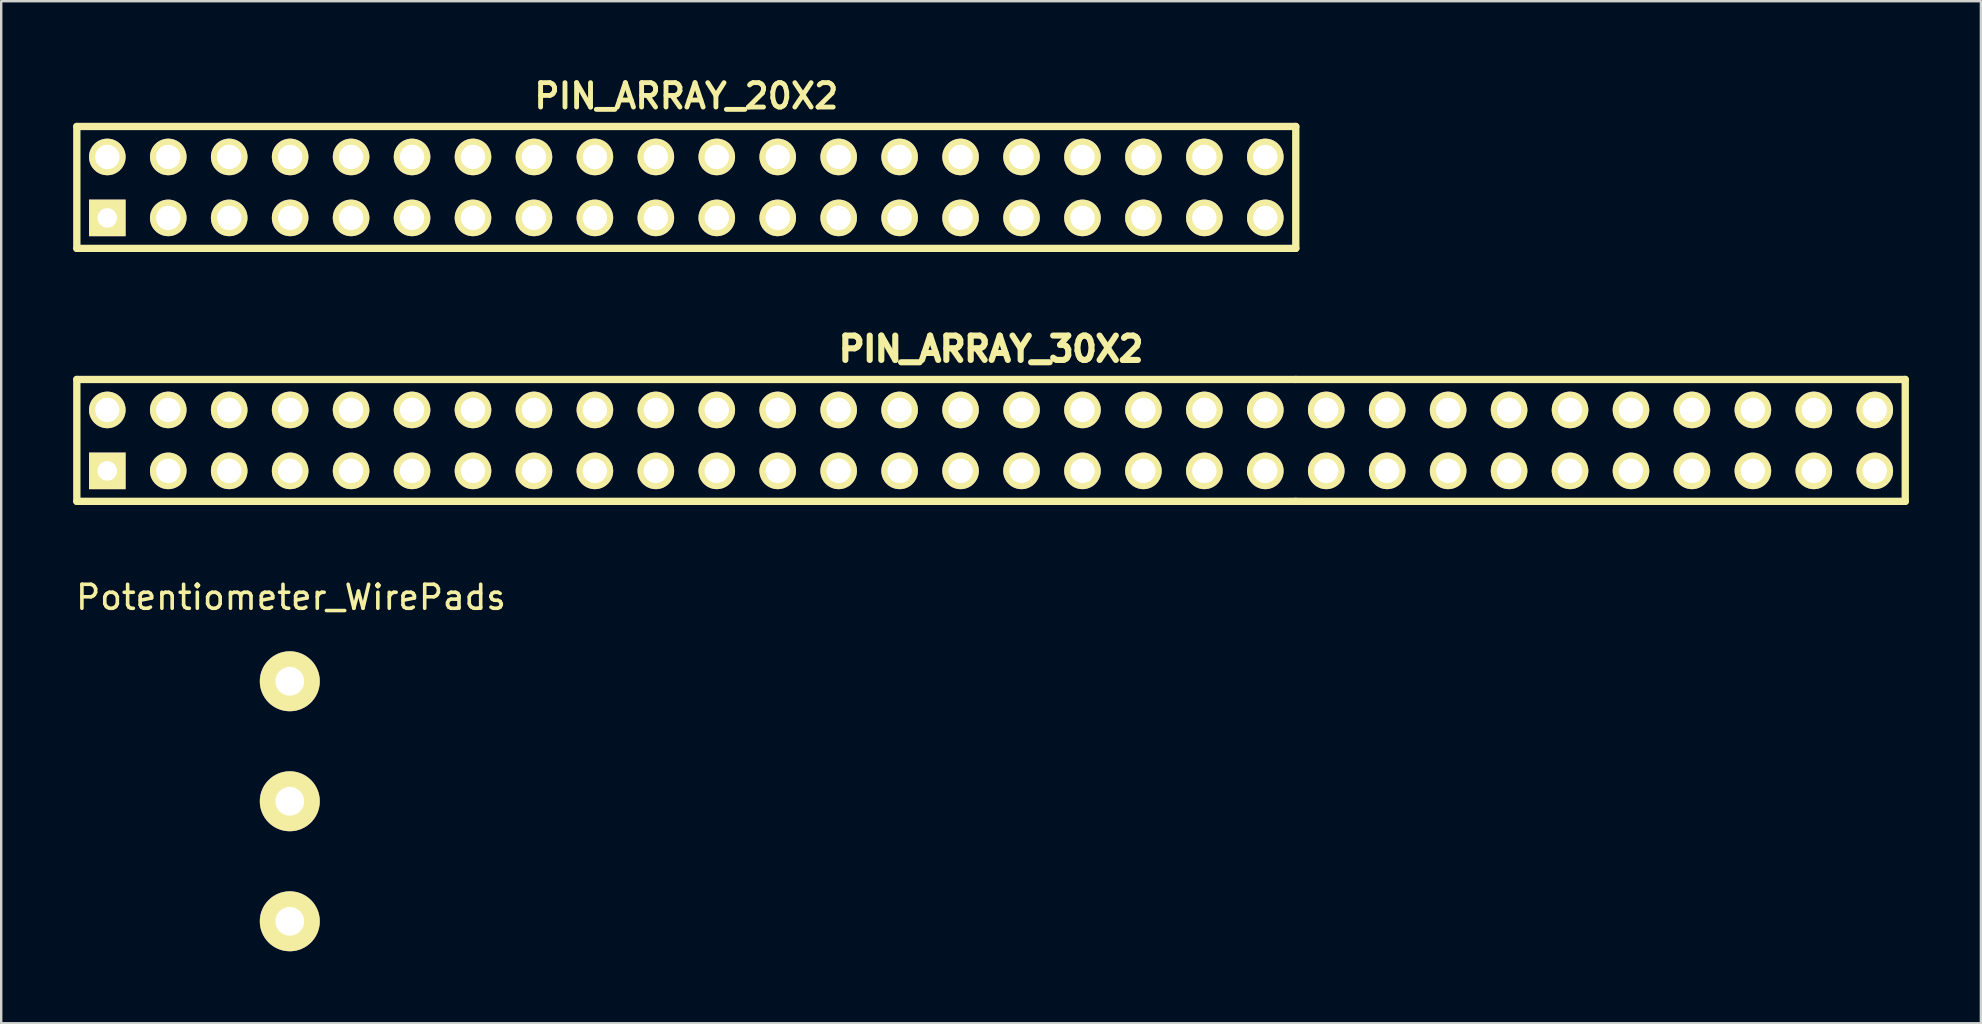
<source format=kicad_pcb>
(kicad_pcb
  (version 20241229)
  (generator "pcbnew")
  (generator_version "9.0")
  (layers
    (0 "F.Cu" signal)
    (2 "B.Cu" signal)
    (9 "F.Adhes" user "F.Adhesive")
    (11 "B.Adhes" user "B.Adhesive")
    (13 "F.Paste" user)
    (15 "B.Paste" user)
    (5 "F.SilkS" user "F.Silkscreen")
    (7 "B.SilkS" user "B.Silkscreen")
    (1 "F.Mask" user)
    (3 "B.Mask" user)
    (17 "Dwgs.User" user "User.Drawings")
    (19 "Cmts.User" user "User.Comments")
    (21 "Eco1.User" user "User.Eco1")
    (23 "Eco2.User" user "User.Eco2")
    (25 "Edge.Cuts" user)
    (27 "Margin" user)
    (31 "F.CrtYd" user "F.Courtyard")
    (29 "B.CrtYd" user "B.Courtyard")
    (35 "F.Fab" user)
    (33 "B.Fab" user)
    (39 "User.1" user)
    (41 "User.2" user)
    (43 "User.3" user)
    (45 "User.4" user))
  (footprint "Potentiometer_WirePads"
    (layer "F.Cu")
    (at 9.027 25.342)
    (property "Reference" "Potentiometer_WirePads" (at 0.051 -3.498 0) (layer "F.SilkS") (effects (font (size 1 1) (thickness 0.15))))
    (attr through_hole)
    (pad "1" thru_hole circle (at 0 0) (size 2.499 2.499) (drill 1.199) (layers "*.Cu" "*.Mask" "F.SilkS"))
    (pad "2" thru_hole circle (at 0 5.001) (size 2.499 2.499) (drill 1.199) (layers "*.Cu" "*.Mask" "F.SilkS"))
    (pad "3" thru_hole circle (at 0 10.003) (size 2.499 2.499) (drill 1.199) (layers "*.Cu" "*.Mask" "F.SilkS")))
  (footprint "PIN_ARRAY_30X2"
    (layer "F.Cu")
    (at 38.252 15.304)
    (property "Reference" "PIN_ARRAY_30X2" (at 0 -3.81 0) (layer "F.SilkS") (effects (font (size 1.016 1.016) (thickness 0.274))))
    (attr through_hole)
    (fp_line (start -38.1 -2.54) (end -38.1 2.54) (stroke (width 0.305) (type solid)) (layer "F.SilkS"))
    (fp_line (start 12.7 -2.54) (end -38.1 -2.54) (stroke (width 0.305) (type solid)) (layer "F.SilkS"))
    (fp_line (start 12.7 -2.54) (end 38.1 -2.54) (stroke (width 0.305) (type solid)) (layer "F.SilkS"))
    (fp_line (start 12.7 2.54) (end -38.1 2.54) (stroke (width 0.305) (type solid)) (layer "F.SilkS"))
    (fp_line (start 12.7 2.54) (end 38.1 2.54) (stroke (width 0.305) (type solid)) (layer "F.SilkS"))
    (fp_line (start 38.1 -2.54) (end 38.1 2.54) (stroke (width 0.305) (type solid)) (layer "F.SilkS"))
    (pad "1" thru_hole rect (at -36.83 1.27) (size 1.524 1.524) (drill 0.813) (layers "*.Cu" "*.Mask" "F.SilkS"))
    (pad "2" thru_hole circle (at -36.83 -1.27) (size 1.524 1.524) (drill 1.016) (layers "*.Cu" "*.Mask" "F.SilkS"))
    (pad "3" thru_hole circle (at -34.29 1.27) (size 1.524 1.524) (drill 1.016) (layers "*.Cu" "*.Mask" "F.SilkS"))
    (pad "4" thru_hole circle (at -34.29 -1.27) (size 1.524 1.524) (drill 1.016) (layers "*.Cu" "*.Mask" "F.SilkS"))
    (pad "5" thru_hole circle (at -31.75 1.27) (size 1.524 1.524) (drill 1.016) (layers "*.Cu" "*.Mask" "F.SilkS"))
    (pad "6" thru_hole circle (at -31.75 -1.27) (size 1.524 1.524) (drill 1.016) (layers "*.Cu" "*.Mask" "F.SilkS"))
    (pad "7" thru_hole circle (at -29.21 1.27) (size 1.524 1.524) (drill 1.016) (layers "*.Cu" "*.Mask" "F.SilkS"))
    (pad "8" thru_hole circle (at -29.21 -1.27) (size 1.524 1.524) (drill 1.016) (layers "*.Cu" "*.Mask" "F.SilkS"))
    (pad "9" thru_hole circle (at -26.67 1.27) (size 1.524 1.524) (drill 1.016) (layers "*.Cu" "*.Mask" "F.SilkS"))
    (pad "10" thru_hole circle (at -26.67 -1.27) (size 1.524 1.524) (drill 1.016) (layers "*.Cu" "*.Mask" "F.SilkS"))
    (pad "11" thru_hole circle (at -24.13 1.27) (size 1.524 1.524) (drill 1.016) (layers "*.Cu" "*.Mask" "F.SilkS"))
    (pad "12" thru_hole circle (at -24.13 -1.27) (size 1.524 1.524) (drill 1.016) (layers "*.Cu" "*.Mask" "F.SilkS"))
    (pad "13" thru_hole circle (at -21.59 1.27) (size 1.524 1.524) (drill 1.016) (layers "*.Cu" "*.Mask" "F.SilkS"))
    (pad "14" thru_hole circle (at -21.59 -1.27) (size 1.524 1.524) (drill 1.016) (layers "*.Cu" "*.Mask" "F.SilkS"))
    (pad "15" thru_hole circle (at -19.05 1.27) (size 1.524 1.524) (drill 1.016) (layers "*.Cu" "*.Mask" "F.SilkS"))
    (pad "16" thru_hole circle (at -19.05 -1.27) (size 1.524 1.524) (drill 1.016) (layers "*.Cu" "*.Mask" "F.SilkS"))
    (pad "17" thru_hole circle (at -16.51 1.27) (size 1.524 1.524) (drill 1.016) (layers "*.Cu" "*.Mask" "F.SilkS"))
    (pad "18" thru_hole circle (at -16.51 -1.27) (size 1.524 1.524) (drill 1.016) (layers "*.Cu" "*.Mask" "F.SilkS"))
    (pad "19" thru_hole circle (at -13.97 1.27) (size 1.524 1.524) (drill 1.016) (layers "*.Cu" "*.Mask" "F.SilkS"))
    (pad "20" thru_hole circle (at -13.97 -1.27) (size 1.524 1.524) (drill 1.016) (layers "*.Cu" "*.Mask" "F.SilkS"))
    (pad "21" thru_hole circle (at -11.43 1.27) (size 1.524 1.524) (drill 1.016) (layers "*.Cu" "*.Mask" "F.SilkS"))
    (pad "22" thru_hole circle (at -11.43 -1.27) (size 1.524 1.524) (drill 1.016) (layers "*.Cu" "*.Mask" "F.SilkS"))
    (pad "23" thru_hole circle (at -8.89 1.27) (size 1.524 1.524) (drill 1.016) (layers "*.Cu" "*.Mask" "F.SilkS"))
    (pad "24" thru_hole circle (at -8.89 -1.27) (size 1.524 1.524) (drill 1.016) (layers "*.Cu" "*.Mask" "F.SilkS"))
    (pad "25" thru_hole circle (at -6.35 1.27) (size 1.524 1.524) (drill 1.016) (layers "*.Cu" "*.Mask" "F.SilkS"))
    (pad "26" thru_hole circle (at -6.35 -1.27) (size 1.524 1.524) (drill 1.016) (layers "*.Cu" "*.Mask" "F.SilkS"))
    (pad "27" thru_hole circle (at -3.81 1.27) (size 1.524 1.524) (drill 1.016) (layers "*.Cu" "*.Mask" "F.SilkS"))
    (pad "28" thru_hole circle (at -3.81 -1.27) (size 1.524 1.524) (drill 1.016) (layers "*.Cu" "*.Mask" "F.SilkS"))
    (pad "29" thru_hole circle (at -1.27 1.27) (size 1.524 1.524) (drill 1.016) (layers "*.Cu" "*.Mask" "F.SilkS"))
    (pad "30" thru_hole circle (at -1.27 -1.27) (size 1.524 1.524) (drill 1.016) (layers "*.Cu" "*.Mask" "F.SilkS"))
    (pad "31" thru_hole circle (at 1.27 1.27) (size 1.524 1.524) (drill 1.016) (layers "*.Cu" "*.Mask" "F.SilkS"))
    (pad "32" thru_hole circle (at 1.27 -1.27) (size 1.524 1.524) (drill 1.016) (layers "*.Cu" "*.Mask" "F.SilkS"))
    (pad "33" thru_hole circle (at 3.81 1.27) (size 1.524 1.524) (drill 1.016) (layers "*.Cu" "*.Mask" "F.SilkS"))
    (pad "34" thru_hole circle (at 3.81 -1.27) (size 1.524 1.524) (drill 1.016) (layers "*.Cu" "*.Mask" "F.SilkS"))
    (pad "35" thru_hole circle (at 6.35 1.27) (size 1.524 1.524) (drill 1.016) (layers "*.Cu" "*.Mask" "F.SilkS"))
    (pad "36" thru_hole circle (at 6.35 -1.27) (size 1.524 1.524) (drill 1.016) (layers "*.Cu" "*.Mask" "F.SilkS"))
    (pad "37" thru_hole circle (at 8.89 1.27) (size 1.524 1.524) (drill 1.016) (layers "*.Cu" "*.Mask" "F.SilkS"))
    (pad "38" thru_hole circle (at 8.89 -1.27) (size 1.524 1.524) (drill 1.016) (layers "*.Cu" "*.Mask" "F.SilkS"))
    (pad "39" thru_hole circle (at 11.43 1.27) (size 1.524 1.524) (drill 1.016) (layers "*.Cu" "*.Mask" "F.SilkS"))
    (pad "40" thru_hole circle (at 11.43 -1.27) (size 1.524 1.524) (drill 1.016) (layers "*.Cu" "*.Mask" "F.SilkS"))
    (pad "41" thru_hole circle (at 13.97 1.27) (size 1.524 1.524) (drill 1.016) (layers "*.Cu" "*.Mask" "F.SilkS"))
    (pad "42" thru_hole circle (at 13.97 -1.27) (size 1.524 1.524) (drill 1.016) (layers "*.Cu" "*.Mask" "F.SilkS"))
    (pad "43" thru_hole circle (at 16.51 1.27) (size 1.524 1.524) (drill 1.016) (layers "*.Cu" "*.Mask" "F.SilkS"))
    (pad "44" thru_hole circle (at 16.51 -1.27) (size 1.524 1.524) (drill 1.016) (layers "*.Cu" "*.Mask" "F.SilkS"))
    (pad "45" thru_hole circle (at 19.05 1.27) (size 1.524 1.524) (drill 1.016) (layers "*.Cu" "*.Mask" "F.SilkS"))
    (pad "46" thru_hole circle (at 19.05 -1.27) (size 1.524 1.524) (drill 1.016) (layers "*.Cu" "*.Mask" "F.SilkS"))
    (pad "47" thru_hole circle (at 21.59 1.27) (size 1.524 1.524) (drill 1.016) (layers "*.Cu" "*.Mask" "F.SilkS"))
    (pad "48" thru_hole circle (at 21.59 -1.27) (size 1.524 1.524) (drill 1.016) (layers "*.Cu" "*.Mask" "F.SilkS"))
    (pad "49" thru_hole circle (at 24.13 1.27) (size 1.524 1.524) (drill 1.016) (layers "*.Cu" "*.Mask" "F.SilkS"))
    (pad "50" thru_hole circle (at 24.13 -1.27) (size 1.524 1.524) (drill 1.016) (layers "*.Cu" "*.Mask" "F.SilkS"))
    (pad "51" thru_hole circle (at 26.67 1.27) (size 1.524 1.524) (drill 1.016) (layers "*.Cu" "*.Mask" "F.SilkS"))
    (pad "52" thru_hole circle (at 26.67 -1.27) (size 1.524 1.524) (drill 1.016) (layers "*.Cu" "*.Mask" "F.SilkS"))
    (pad "53" thru_hole circle (at 29.21 1.27) (size 1.524 1.524) (drill 1.016) (layers "*.Cu" "*.Mask" "F.SilkS"))
    (pad "54" thru_hole circle (at 29.21 -1.27) (size 1.524 1.524) (drill 1.016) (layers "*.Cu" "*.Mask" "F.SilkS"))
    (pad "55" thru_hole circle (at 31.75 1.27) (size 1.524 1.524) (drill 1.016) (layers "*.Cu" "*.Mask" "F.SilkS"))
    (pad "56" thru_hole circle (at 31.75 -1.27) (size 1.524 1.524) (drill 1.016) (layers "*.Cu" "*.Mask" "F.SilkS"))
    (pad "57" thru_hole circle (at 34.29 1.27) (size 1.524 1.524) (drill 1.016) (layers "*.Cu" "*.Mask" "F.SilkS"))
    (pad "58" thru_hole circle (at 34.29 -1.27) (size 1.524 1.524) (drill 1.016) (layers "*.Cu" "*.Mask" "F.SilkS"))
    (pad "59" thru_hole circle (at 36.83 1.27) (size 1.524 1.524) (drill 1.016) (layers "*.Cu" "*.Mask" "F.SilkS"))
    (pad "60" thru_hole circle (at 36.83 -1.27) (size 1.524 1.524) (drill 1.016) (layers "*.Cu" "*.Mask" "F.SilkS")))
  (footprint "PIN_ARRAY_20X2"
    (layer "F.Cu")
    (at 25.552 4.761)
    (property "Reference" "PIN_ARRAY_20X2" (at 0 -3.81 0) (layer "F.SilkS") (effects (font (size 1.016 1.016) (thickness 0.203))))
    (attr through_hole)
    (fp_line (start -25.4 -2.54) (end -25.4 2.54) (stroke (width 0.305) (type solid)) (layer "F.SilkS"))
    (fp_line (start 25.4 -2.54) (end -25.4 -2.54) (stroke (width 0.305) (type solid)) (layer "F.SilkS"))
    (fp_line (start 25.4 -2.54) (end 25.4 2.54) (stroke (width 0.305) (type solid)) (layer "F.SilkS"))
    (fp_line (start 25.4 2.54) (end -25.4 2.54) (stroke (width 0.305) (type solid)) (layer "F.SilkS"))
    (pad "1" thru_hole rect (at -24.13 1.27) (size 1.524 1.524) (drill 0.813) (layers "*.Cu" "*.Mask" "F.SilkS"))
    (pad "2" thru_hole circle (at -24.13 -1.27) (size 1.524 1.524) (drill 1.016) (layers "*.Cu" "*.Mask" "F.SilkS"))
    (pad "3" thru_hole circle (at -21.59 1.27) (size 1.524 1.524) (drill 1.016) (layers "*.Cu" "*.Mask" "F.SilkS"))
    (pad "4" thru_hole circle (at -21.59 -1.27) (size 1.524 1.524) (drill 1.016) (layers "*.Cu" "*.Mask" "F.SilkS"))
    (pad "5" thru_hole circle (at -19.05 1.27) (size 1.524 1.524) (drill 1.016) (layers "*.Cu" "*.Mask" "F.SilkS"))
    (pad "6" thru_hole circle (at -19.05 -1.27) (size 1.524 1.524) (drill 1.016) (layers "*.Cu" "*.Mask" "F.SilkS"))
    (pad "7" thru_hole circle (at -16.51 1.27) (size 1.524 1.524) (drill 1.016) (layers "*.Cu" "*.Mask" "F.SilkS"))
    (pad "8" thru_hole circle (at -16.51 -1.27) (size 1.524 1.524) (drill 1.016) (layers "*.Cu" "*.Mask" "F.SilkS"))
    (pad "9" thru_hole circle (at -13.97 1.27) (size 1.524 1.524) (drill 1.016) (layers "*.Cu" "*.Mask" "F.SilkS"))
    (pad "10" thru_hole circle (at -13.97 -1.27) (size 1.524 1.524) (drill 1.016) (layers "*.Cu" "*.Mask" "F.SilkS"))
    (pad "11" thru_hole circle (at -11.43 1.27) (size 1.524 1.524) (drill 1.016) (layers "*.Cu" "*.Mask" "F.SilkS"))
    (pad "12" thru_hole circle (at -11.43 -1.27) (size 1.524 1.524) (drill 1.016) (layers "*.Cu" "*.Mask" "F.SilkS"))
    (pad "13" thru_hole circle (at -8.89 1.27) (size 1.524 1.524) (drill 1.016) (layers "*.Cu" "*.Mask" "F.SilkS"))
    (pad "14" thru_hole circle (at -8.89 -1.27) (size 1.524 1.524) (drill 1.016) (layers "*.Cu" "*.Mask" "F.SilkS"))
    (pad "15" thru_hole circle (at -6.35 1.27) (size 1.524 1.524) (drill 1.016) (layers "*.Cu" "*.Mask" "F.SilkS"))
    (pad "16" thru_hole circle (at -6.35 -1.27) (size 1.524 1.524) (drill 1.016) (layers "*.Cu" "*.Mask" "F.SilkS"))
    (pad "17" thru_hole circle (at -3.81 1.27) (size 1.524 1.524) (drill 1.016) (layers "*.Cu" "*.Mask" "F.SilkS"))
    (pad "18" thru_hole circle (at -3.81 -1.27) (size 1.524 1.524) (drill 1.016) (layers "*.Cu" "*.Mask" "F.SilkS"))
    (pad "19" thru_hole circle (at -1.27 1.27) (size 1.524 1.524) (drill 1.016) (layers "*.Cu" "*.Mask" "F.SilkS"))
    (pad "20" thru_hole circle (at -1.27 -1.27) (size 1.524 1.524) (drill 1.016) (layers "*.Cu" "*.Mask" "F.SilkS"))
    (pad "21" thru_hole circle (at 1.27 1.27) (size 1.524 1.524) (drill 1.016) (layers "*.Cu" "*.Mask" "F.SilkS"))
    (pad "22" thru_hole circle (at 1.27 -1.27) (size 1.524 1.524) (drill 1.016) (layers "*.Cu" "*.Mask" "F.SilkS"))
    (pad "23" thru_hole circle (at 3.81 1.27) (size 1.524 1.524) (drill 1.016) (layers "*.Cu" "*.Mask" "F.SilkS"))
    (pad "24" thru_hole circle (at 3.81 -1.27) (size 1.524 1.524) (drill 1.016) (layers "*.Cu" "*.Mask" "F.SilkS"))
    (pad "25" thru_hole circle (at 6.35 1.27) (size 1.524 1.524) (drill 1.016) (layers "*.Cu" "*.Mask" "F.SilkS"))
    (pad "26" thru_hole circle (at 6.35 -1.27) (size 1.524 1.524) (drill 1.016) (layers "*.Cu" "*.Mask" "F.SilkS"))
    (pad "27" thru_hole circle (at 8.89 1.27) (size 1.524 1.524) (drill 1.016) (layers "*.Cu" "*.Mask" "F.SilkS"))
    (pad "28" thru_hole circle (at 8.89 -1.27) (size 1.524 1.524) (drill 1.016) (layers "*.Cu" "*.Mask" "F.SilkS"))
    (pad "29" thru_hole circle (at 11.43 1.27) (size 1.524 1.524) (drill 1.016) (layers "*.Cu" "*.Mask" "F.SilkS"))
    (pad "30" thru_hole circle (at 11.43 -1.27) (size 1.524 1.524) (drill 1.016) (layers "*.Cu" "*.Mask" "F.SilkS"))
    (pad "31" thru_hole circle (at 13.97 1.27) (size 1.524 1.524) (drill 1.016) (layers "*.Cu" "*.Mask" "F.SilkS"))
    (pad "32" thru_hole circle (at 13.97 -1.27) (size 1.524 1.524) (drill 1.016) (layers "*.Cu" "*.Mask" "F.SilkS"))
    (pad "33" thru_hole circle (at 16.51 1.27) (size 1.524 1.524) (drill 1.016) (layers "*.Cu" "*.Mask" "F.SilkS"))
    (pad "34" thru_hole circle (at 16.51 -1.27) (size 1.524 1.524) (drill 1.016) (layers "*.Cu" "*.Mask" "F.SilkS"))
    (pad "35" thru_hole circle (at 19.05 1.27) (size 1.524 1.524) (drill 1.016) (layers "*.Cu" "*.Mask" "F.SilkS"))
    (pad "36" thru_hole circle (at 19.05 -1.27) (size 1.524 1.524) (drill 1.016) (layers "*.Cu" "*.Mask" "F.SilkS"))
    (pad "37" thru_hole circle (at 21.59 1.27) (size 1.524 1.524) (drill 1.016) (layers "*.Cu" "*.Mask" "F.SilkS"))
    (pad "38" thru_hole circle (at 21.59 -1.27) (size 1.524 1.524) (drill 1.016) (layers "*.Cu" "*.Mask" "F.SilkS"))
    (pad "39" thru_hole circle (at 24.13 1.27) (size 1.524 1.524) (drill 1.016) (layers "*.Cu" "*.Mask" "F.SilkS"))
    (pad "40" thru_hole circle (at 24.13 -1.27) (size 1.524 1.524) (drill 1.016) (layers "*.Cu" "*.Mask" "F.SilkS")))
  (gr_rect
    (start -3 -3)
    (end 79.505 39.594)
    (stroke (width 0.1) (type default))
    (fill no)
    (layer "Edge.Cuts")))
</source>
